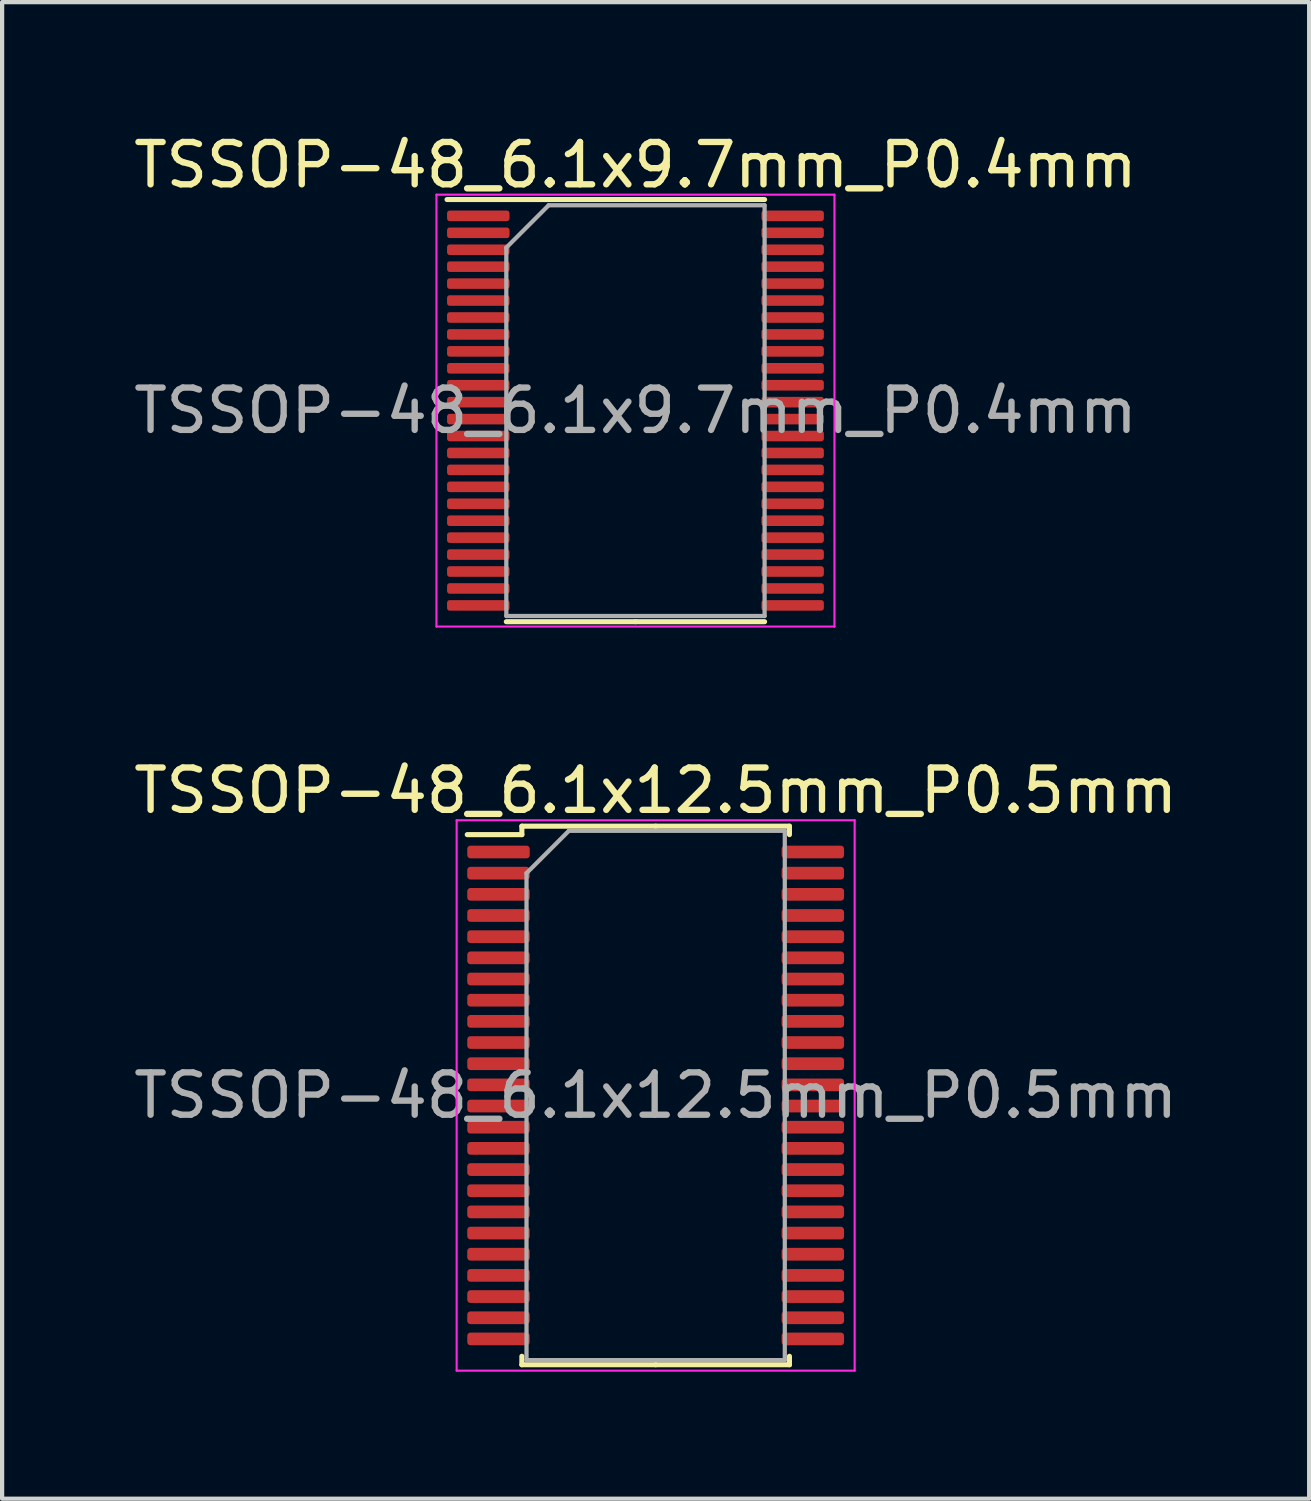
<source format=kicad_pcb>
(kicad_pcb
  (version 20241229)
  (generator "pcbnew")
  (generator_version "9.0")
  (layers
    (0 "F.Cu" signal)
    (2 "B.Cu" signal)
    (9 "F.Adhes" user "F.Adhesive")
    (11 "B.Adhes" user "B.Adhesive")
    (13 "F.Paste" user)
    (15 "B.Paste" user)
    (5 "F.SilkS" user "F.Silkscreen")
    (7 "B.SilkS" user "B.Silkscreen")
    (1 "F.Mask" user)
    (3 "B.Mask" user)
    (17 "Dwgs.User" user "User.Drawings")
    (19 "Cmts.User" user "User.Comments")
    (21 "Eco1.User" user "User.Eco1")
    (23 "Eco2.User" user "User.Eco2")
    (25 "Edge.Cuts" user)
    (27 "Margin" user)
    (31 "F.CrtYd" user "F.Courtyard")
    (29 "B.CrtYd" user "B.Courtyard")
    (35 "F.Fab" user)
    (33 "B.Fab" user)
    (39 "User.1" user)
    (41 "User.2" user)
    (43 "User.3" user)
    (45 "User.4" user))
  (footprint "TSSOP-48_6.1x9.7mm_P0.4mm"
    (layer "F.Cu")
    (at 11.958 6.648)
    (property "Reference" "TSSOP-48_6.1x9.7mm_P0.4mm" (at 0 -5.8 0) (layer "F.SilkS") (effects (font (size 1 1) (thickness 0.15))))
    (attr smd)
    (fp_line (start 0 -4.985) (end -4.45 -4.985) (stroke (width 0.12) (type solid)) (layer "F.SilkS"))
    (fp_line (start 0 -4.985) (end 3.05 -4.985) (stroke (width 0.12) (type solid)) (layer "F.SilkS"))
    (fp_line (start 0 4.985) (end -3.05 4.985) (stroke (width 0.12) (type solid)) (layer "F.SilkS"))
    (fp_line (start 0 4.985) (end 3.05 4.985) (stroke (width 0.12) (type solid)) (layer "F.SilkS"))
    (fp_line (start -4.7 -5.1) (end -4.7 5.1) (stroke (width 0.05) (type solid)) (layer "F.CrtYd"))
    (fp_line (start -4.7 5.1) (end 4.7 5.1) (stroke (width 0.05) (type solid)) (layer "F.CrtYd"))
    (fp_line (start 4.7 -5.1) (end -4.7 -5.1) (stroke (width 0.05) (type solid)) (layer "F.CrtYd"))
    (fp_line (start 4.7 5.1) (end 4.7 -5.1) (stroke (width 0.05) (type solid)) (layer "F.CrtYd"))
    (fp_line (start -3.05 -3.85) (end -2.05 -4.85) (stroke (width 0.1) (type solid)) (layer "F.Fab"))
    (fp_line (start -3.05 4.85) (end -3.05 -3.85) (stroke (width 0.1) (type solid)) (layer "F.Fab"))
    (fp_line (start -2.05 -4.85) (end 3.05 -4.85) (stroke (width 0.1) (type solid)) (layer "F.Fab"))
    (fp_line (start 3.05 -4.85) (end 3.05 4.85) (stroke (width 0.1) (type solid)) (layer "F.Fab"))
    (fp_line (start 3.05 4.85) (end -3.05 4.85) (stroke (width 0.1) (type solid)) (layer "F.Fab"))
    (fp_text user "${REFERENCE}" (at 0 0 0) (layer "F.Fab") (effects (font (size 1 1) (thickness 0.15))))
    (pad "1" smd roundrect (at -3.712 -4.6) (size 1.475 0.25) (layers "F.Cu" "F.Mask" "F.Paste") (roundrect_rratio 0.25))
    (pad "2" smd roundrect (at -3.712 -4.2) (size 1.475 0.25) (layers "F.Cu" "F.Mask" "F.Paste") (roundrect_rratio 0.25))
    (pad "3" smd roundrect (at -3.712 -3.8) (size 1.475 0.25) (layers "F.Cu" "F.Mask" "F.Paste") (roundrect_rratio 0.25))
    (pad "4" smd roundrect (at -3.712 -3.4) (size 1.475 0.25) (layers "F.Cu" "F.Mask" "F.Paste") (roundrect_rratio 0.25))
    (pad "5" smd roundrect (at -3.712 -3) (size 1.475 0.25) (layers "F.Cu" "F.Mask" "F.Paste") (roundrect_rratio 0.25))
    (pad "6" smd roundrect (at -3.712 -2.6) (size 1.475 0.25) (layers "F.Cu" "F.Mask" "F.Paste") (roundrect_rratio 0.25))
    (pad "7" smd roundrect (at -3.712 -2.2) (size 1.475 0.25) (layers "F.Cu" "F.Mask" "F.Paste") (roundrect_rratio 0.25))
    (pad "8" smd roundrect (at -3.712 -1.8) (size 1.475 0.25) (layers "F.Cu" "F.Mask" "F.Paste") (roundrect_rratio 0.25))
    (pad "9" smd roundrect (at -3.712 -1.4) (size 1.475 0.25) (layers "F.Cu" "F.Mask" "F.Paste") (roundrect_rratio 0.25))
    (pad "10" smd roundrect (at -3.712 -1) (size 1.475 0.25) (layers "F.Cu" "F.Mask" "F.Paste") (roundrect_rratio 0.25))
    (pad "11" smd roundrect (at -3.712 -0.6) (size 1.475 0.25) (layers "F.Cu" "F.Mask" "F.Paste") (roundrect_rratio 0.25))
    (pad "12" smd roundrect (at -3.712 -0.2) (size 1.475 0.25) (layers "F.Cu" "F.Mask" "F.Paste") (roundrect_rratio 0.25))
    (pad "13" smd roundrect (at -3.712 0.2) (size 1.475 0.25) (layers "F.Cu" "F.Mask" "F.Paste") (roundrect_rratio 0.25))
    (pad "14" smd roundrect (at -3.712 0.6) (size 1.475 0.25) (layers "F.Cu" "F.Mask" "F.Paste") (roundrect_rratio 0.25))
    (pad "15" smd roundrect (at -3.712 1) (size 1.475 0.25) (layers "F.Cu" "F.Mask" "F.Paste") (roundrect_rratio 0.25))
    (pad "16" smd roundrect (at -3.712 1.4) (size 1.475 0.25) (layers "F.Cu" "F.Mask" "F.Paste") (roundrect_rratio 0.25))
    (pad "17" smd roundrect (at -3.712 1.8) (size 1.475 0.25) (layers "F.Cu" "F.Mask" "F.Paste") (roundrect_rratio 0.25))
    (pad "18" smd roundrect (at -3.712 2.2) (size 1.475 0.25) (layers "F.Cu" "F.Mask" "F.Paste") (roundrect_rratio 0.25))
    (pad "19" smd roundrect (at -3.712 2.6) (size 1.475 0.25) (layers "F.Cu" "F.Mask" "F.Paste") (roundrect_rratio 0.25))
    (pad "20" smd roundrect (at -3.712 3) (size 1.475 0.25) (layers "F.Cu" "F.Mask" "F.Paste") (roundrect_rratio 0.25))
    (pad "21" smd roundrect (at -3.712 3.4) (size 1.475 0.25) (layers "F.Cu" "F.Mask" "F.Paste") (roundrect_rratio 0.25))
    (pad "22" smd roundrect (at -3.712 3.8) (size 1.475 0.25) (layers "F.Cu" "F.Mask" "F.Paste") (roundrect_rratio 0.25))
    (pad "23" smd roundrect (at -3.712 4.2) (size 1.475 0.25) (layers "F.Cu" "F.Mask" "F.Paste") (roundrect_rratio 0.25))
    (pad "24" smd roundrect (at -3.712 4.6) (size 1.475 0.25) (layers "F.Cu" "F.Mask" "F.Paste") (roundrect_rratio 0.25))
    (pad "25" smd roundrect (at 3.712 4.6) (size 1.475 0.25) (layers "F.Cu" "F.Mask" "F.Paste") (roundrect_rratio 0.25))
    (pad "26" smd roundrect (at 3.712 4.2) (size 1.475 0.25) (layers "F.Cu" "F.Mask" "F.Paste") (roundrect_rratio 0.25))
    (pad "27" smd roundrect (at 3.712 3.8) (size 1.475 0.25) (layers "F.Cu" "F.Mask" "F.Paste") (roundrect_rratio 0.25))
    (pad "28" smd roundrect (at 3.712 3.4) (size 1.475 0.25) (layers "F.Cu" "F.Mask" "F.Paste") (roundrect_rratio 0.25))
    (pad "29" smd roundrect (at 3.712 3) (size 1.475 0.25) (layers "F.Cu" "F.Mask" "F.Paste") (roundrect_rratio 0.25))
    (pad "30" smd roundrect (at 3.712 2.6) (size 1.475 0.25) (layers "F.Cu" "F.Mask" "F.Paste") (roundrect_rratio 0.25))
    (pad "31" smd roundrect (at 3.712 2.2) (size 1.475 0.25) (layers "F.Cu" "F.Mask" "F.Paste") (roundrect_rratio 0.25))
    (pad "32" smd roundrect (at 3.712 1.8) (size 1.475 0.25) (layers "F.Cu" "F.Mask" "F.Paste") (roundrect_rratio 0.25))
    (pad "33" smd roundrect (at 3.712 1.4) (size 1.475 0.25) (layers "F.Cu" "F.Mask" "F.Paste") (roundrect_rratio 0.25))
    (pad "34" smd roundrect (at 3.712 1) (size 1.475 0.25) (layers "F.Cu" "F.Mask" "F.Paste") (roundrect_rratio 0.25))
    (pad "35" smd roundrect (at 3.712 0.6) (size 1.475 0.25) (layers "F.Cu" "F.Mask" "F.Paste") (roundrect_rratio 0.25))
    (pad "36" smd roundrect (at 3.712 0.2) (size 1.475 0.25) (layers "F.Cu" "F.Mask" "F.Paste") (roundrect_rratio 0.25))
    (pad "37" smd roundrect (at 3.712 -0.2) (size 1.475 0.25) (layers "F.Cu" "F.Mask" "F.Paste") (roundrect_rratio 0.25))
    (pad "38" smd roundrect (at 3.712 -0.6) (size 1.475 0.25) (layers "F.Cu" "F.Mask" "F.Paste") (roundrect_rratio 0.25))
    (pad "39" smd roundrect (at 3.712 -1) (size 1.475 0.25) (layers "F.Cu" "F.Mask" "F.Paste") (roundrect_rratio 0.25))
    (pad "40" smd roundrect (at 3.712 -1.4) (size 1.475 0.25) (layers "F.Cu" "F.Mask" "F.Paste") (roundrect_rratio 0.25))
    (pad "41" smd roundrect (at 3.712 -1.8) (size 1.475 0.25) (layers "F.Cu" "F.Mask" "F.Paste") (roundrect_rratio 0.25))
    (pad "42" smd roundrect (at 3.712 -2.2) (size 1.475 0.25) (layers "F.Cu" "F.Mask" "F.Paste") (roundrect_rratio 0.25))
    (pad "43" smd roundrect (at 3.712 -2.6) (size 1.475 0.25) (layers "F.Cu" "F.Mask" "F.Paste") (roundrect_rratio 0.25))
    (pad "44" smd roundrect (at 3.712 -3) (size 1.475 0.25) (layers "F.Cu" "F.Mask" "F.Paste") (roundrect_rratio 0.25))
    (pad "45" smd roundrect (at 3.712 -3.4) (size 1.475 0.25) (layers "F.Cu" "F.Mask" "F.Paste") (roundrect_rratio 0.25))
    (pad "46" smd roundrect (at 3.712 -3.8) (size 1.475 0.25) (layers "F.Cu" "F.Mask" "F.Paste") (roundrect_rratio 0.25))
    (pad "47" smd roundrect (at 3.712 -4.2) (size 1.475 0.25) (layers "F.Cu" "F.Mask" "F.Paste") (roundrect_rratio 0.25))
    (pad "48" smd roundrect (at 3.712 -4.6) (size 1.475 0.25) (layers "F.Cu" "F.Mask" "F.Paste") (roundrect_rratio 0.25)))
  (footprint "TSSOP-48_6.1x12.5mm_P0.5mm"
    (layer "F.Cu")
    (at 12.435 22.822)
    (property "Reference" "TSSOP-48_6.1x12.5mm_P0.5mm" (at 0 -7.2 0) (layer "F.SilkS") (effects (font (size 1 1) (thickness 0.15))))
    (attr smd)
    (fp_line (start -3.16 -6.36) (end -3.16 -6.16) (stroke (width 0.12) (type solid)) (layer "F.SilkS"))
    (fp_line (start -3.16 -6.16) (end -4.45 -6.16) (stroke (width 0.12) (type solid)) (layer "F.SilkS"))
    (fp_line (start -3.16 6.36) (end -3.16 6.16) (stroke (width 0.12) (type solid)) (layer "F.SilkS"))
    (fp_line (start 0 -6.36) (end -3.16 -6.36) (stroke (width 0.12) (type solid)) (layer "F.SilkS"))
    (fp_line (start 0 -6.36) (end 3.16 -6.36) (stroke (width 0.12) (type solid)) (layer "F.SilkS"))
    (fp_line (start 0 6.36) (end -3.16 6.36) (stroke (width 0.12) (type solid)) (layer "F.SilkS"))
    (fp_line (start 0 6.36) (end 3.16 6.36) (stroke (width 0.12) (type solid)) (layer "F.SilkS"))
    (fp_line (start 3.16 -6.36) (end 3.16 -6.16) (stroke (width 0.12) (type solid)) (layer "F.SilkS"))
    (fp_line (start 3.16 6.36) (end 3.16 6.16) (stroke (width 0.12) (type solid)) (layer "F.SilkS"))
    (fp_line (start -4.7 -6.5) (end -4.7 6.5) (stroke (width 0.05) (type solid)) (layer "F.CrtYd"))
    (fp_line (start -4.7 6.5) (end 4.7 6.5) (stroke (width 0.05) (type solid)) (layer "F.CrtYd"))
    (fp_line (start 4.7 -6.5) (end -4.7 -6.5) (stroke (width 0.05) (type solid)) (layer "F.CrtYd"))
    (fp_line (start 4.7 6.5) (end 4.7 -6.5) (stroke (width 0.05) (type solid)) (layer "F.CrtYd"))
    (fp_line (start -3.05 -5.25) (end -2.05 -6.25) (stroke (width 0.1) (type solid)) (layer "F.Fab"))
    (fp_line (start -3.05 6.25) (end -3.05 -5.25) (stroke (width 0.1) (type solid)) (layer "F.Fab"))
    (fp_line (start -2.05 -6.25) (end 3.05 -6.25) (stroke (width 0.1) (type solid)) (layer "F.Fab"))
    (fp_line (start 3.05 -6.25) (end 3.05 6.25) (stroke (width 0.1) (type solid)) (layer "F.Fab"))
    (fp_line (start 3.05 6.25) (end -3.05 6.25) (stroke (width 0.1) (type solid)) (layer "F.Fab"))
    (fp_text user "${REFERENCE}" (at 0 0 0) (layer "F.Fab") (effects (font (size 1 1) (thickness 0.15))))
    (pad "1" smd roundrect (at -3.712 -5.75) (size 1.475 0.3) (layers "F.Cu" "F.Mask" "F.Paste") (roundrect_rratio 0.25))
    (pad "2" smd roundrect (at -3.712 -5.25) (size 1.475 0.3) (layers "F.Cu" "F.Mask" "F.Paste") (roundrect_rratio 0.25))
    (pad "3" smd roundrect (at -3.712 -4.75) (size 1.475 0.3) (layers "F.Cu" "F.Mask" "F.Paste") (roundrect_rratio 0.25))
    (pad "4" smd roundrect (at -3.712 -4.25) (size 1.475 0.3) (layers "F.Cu" "F.Mask" "F.Paste") (roundrect_rratio 0.25))
    (pad "5" smd roundrect (at -3.712 -3.75) (size 1.475 0.3) (layers "F.Cu" "F.Mask" "F.Paste") (roundrect_rratio 0.25))
    (pad "6" smd roundrect (at -3.712 -3.25) (size 1.475 0.3) (layers "F.Cu" "F.Mask" "F.Paste") (roundrect_rratio 0.25))
    (pad "7" smd roundrect (at -3.712 -2.75) (size 1.475 0.3) (layers "F.Cu" "F.Mask" "F.Paste") (roundrect_rratio 0.25))
    (pad "8" smd roundrect (at -3.712 -2.25) (size 1.475 0.3) (layers "F.Cu" "F.Mask" "F.Paste") (roundrect_rratio 0.25))
    (pad "9" smd roundrect (at -3.712 -1.75) (size 1.475 0.3) (layers "F.Cu" "F.Mask" "F.Paste") (roundrect_rratio 0.25))
    (pad "10" smd roundrect (at -3.712 -1.25) (size 1.475 0.3) (layers "F.Cu" "F.Mask" "F.Paste") (roundrect_rratio 0.25))
    (pad "11" smd roundrect (at -3.712 -0.75) (size 1.475 0.3) (layers "F.Cu" "F.Mask" "F.Paste") (roundrect_rratio 0.25))
    (pad "12" smd roundrect (at -3.712 -0.25) (size 1.475 0.3) (layers "F.Cu" "F.Mask" "F.Paste") (roundrect_rratio 0.25))
    (pad "13" smd roundrect (at -3.712 0.25) (size 1.475 0.3) (layers "F.Cu" "F.Mask" "F.Paste") (roundrect_rratio 0.25))
    (pad "14" smd roundrect (at -3.712 0.75) (size 1.475 0.3) (layers "F.Cu" "F.Mask" "F.Paste") (roundrect_rratio 0.25))
    (pad "15" smd roundrect (at -3.712 1.25) (size 1.475 0.3) (layers "F.Cu" "F.Mask" "F.Paste") (roundrect_rratio 0.25))
    (pad "16" smd roundrect (at -3.712 1.75) (size 1.475 0.3) (layers "F.Cu" "F.Mask" "F.Paste") (roundrect_rratio 0.25))
    (pad "17" smd roundrect (at -3.712 2.25) (size 1.475 0.3) (layers "F.Cu" "F.Mask" "F.Paste") (roundrect_rratio 0.25))
    (pad "18" smd roundrect (at -3.712 2.75) (size 1.475 0.3) (layers "F.Cu" "F.Mask" "F.Paste") (roundrect_rratio 0.25))
    (pad "19" smd roundrect (at -3.712 3.25) (size 1.475 0.3) (layers "F.Cu" "F.Mask" "F.Paste") (roundrect_rratio 0.25))
    (pad "20" smd roundrect (at -3.712 3.75) (size 1.475 0.3) (layers "F.Cu" "F.Mask" "F.Paste") (roundrect_rratio 0.25))
    (pad "21" smd roundrect (at -3.712 4.25) (size 1.475 0.3) (layers "F.Cu" "F.Mask" "F.Paste") (roundrect_rratio 0.25))
    (pad "22" smd roundrect (at -3.712 4.75) (size 1.475 0.3) (layers "F.Cu" "F.Mask" "F.Paste") (roundrect_rratio 0.25))
    (pad "23" smd roundrect (at -3.712 5.25) (size 1.475 0.3) (layers "F.Cu" "F.Mask" "F.Paste") (roundrect_rratio 0.25))
    (pad "24" smd roundrect (at -3.712 5.75) (size 1.475 0.3) (layers "F.Cu" "F.Mask" "F.Paste") (roundrect_rratio 0.25))
    (pad "25" smd roundrect (at 3.712 5.75) (size 1.475 0.3) (layers "F.Cu" "F.Mask" "F.Paste") (roundrect_rratio 0.25))
    (pad "26" smd roundrect (at 3.712 5.25) (size 1.475 0.3) (layers "F.Cu" "F.Mask" "F.Paste") (roundrect_rratio 0.25))
    (pad "27" smd roundrect (at 3.712 4.75) (size 1.475 0.3) (layers "F.Cu" "F.Mask" "F.Paste") (roundrect_rratio 0.25))
    (pad "28" smd roundrect (at 3.712 4.25) (size 1.475 0.3) (layers "F.Cu" "F.Mask" "F.Paste") (roundrect_rratio 0.25))
    (pad "29" smd roundrect (at 3.712 3.75) (size 1.475 0.3) (layers "F.Cu" "F.Mask" "F.Paste") (roundrect_rratio 0.25))
    (pad "30" smd roundrect (at 3.712 3.25) (size 1.475 0.3) (layers "F.Cu" "F.Mask" "F.Paste") (roundrect_rratio 0.25))
    (pad "31" smd roundrect (at 3.712 2.75) (size 1.475 0.3) (layers "F.Cu" "F.Mask" "F.Paste") (roundrect_rratio 0.25))
    (pad "32" smd roundrect (at 3.712 2.25) (size 1.475 0.3) (layers "F.Cu" "F.Mask" "F.Paste") (roundrect_rratio 0.25))
    (pad "33" smd roundrect (at 3.712 1.75) (size 1.475 0.3) (layers "F.Cu" "F.Mask" "F.Paste") (roundrect_rratio 0.25))
    (pad "34" smd roundrect (at 3.712 1.25) (size 1.475 0.3) (layers "F.Cu" "F.Mask" "F.Paste") (roundrect_rratio 0.25))
    (pad "35" smd roundrect (at 3.712 0.75) (size 1.475 0.3) (layers "F.Cu" "F.Mask" "F.Paste") (roundrect_rratio 0.25))
    (pad "36" smd roundrect (at 3.712 0.25) (size 1.475 0.3) (layers "F.Cu" "F.Mask" "F.Paste") (roundrect_rratio 0.25))
    (pad "37" smd roundrect (at 3.712 -0.25) (size 1.475 0.3) (layers "F.Cu" "F.Mask" "F.Paste") (roundrect_rratio 0.25))
    (pad "38" smd roundrect (at 3.712 -0.75) (size 1.475 0.3) (layers "F.Cu" "F.Mask" "F.Paste") (roundrect_rratio 0.25))
    (pad "39" smd roundrect (at 3.712 -1.25) (size 1.475 0.3) (layers "F.Cu" "F.Mask" "F.Paste") (roundrect_rratio 0.25))
    (pad "40" smd roundrect (at 3.712 -1.75) (size 1.475 0.3) (layers "F.Cu" "F.Mask" "F.Paste") (roundrect_rratio 0.25))
    (pad "41" smd roundrect (at 3.712 -2.25) (size 1.475 0.3) (layers "F.Cu" "F.Mask" "F.Paste") (roundrect_rratio 0.25))
    (pad "42" smd roundrect (at 3.712 -2.75) (size 1.475 0.3) (layers "F.Cu" "F.Mask" "F.Paste") (roundrect_rratio 0.25))
    (pad "43" smd roundrect (at 3.712 -3.25) (size 1.475 0.3) (layers "F.Cu" "F.Mask" "F.Paste") (roundrect_rratio 0.25))
    (pad "44" smd roundrect (at 3.712 -3.75) (size 1.475 0.3) (layers "F.Cu" "F.Mask" "F.Paste") (roundrect_rratio 0.25))
    (pad "45" smd roundrect (at 3.712 -4.25) (size 1.475 0.3) (layers "F.Cu" "F.Mask" "F.Paste") (roundrect_rratio 0.25))
    (pad "46" smd roundrect (at 3.712 -4.75) (size 1.475 0.3) (layers "F.Cu" "F.Mask" "F.Paste") (roundrect_rratio 0.25))
    (pad "47" smd roundrect (at 3.712 -5.25) (size 1.475 0.3) (layers "F.Cu" "F.Mask" "F.Paste") (roundrect_rratio 0.25))
    (pad "48" smd roundrect (at 3.712 -5.75) (size 1.475 0.3) (layers "F.Cu" "F.Mask" "F.Paste") (roundrect_rratio 0.25)))
  (gr_rect
    (start -3 -3)
    (end 27.869 32.346)
    (stroke (width 0.1) (type default))
    (fill no)
    (layer "Edge.Cuts")))
</source>
